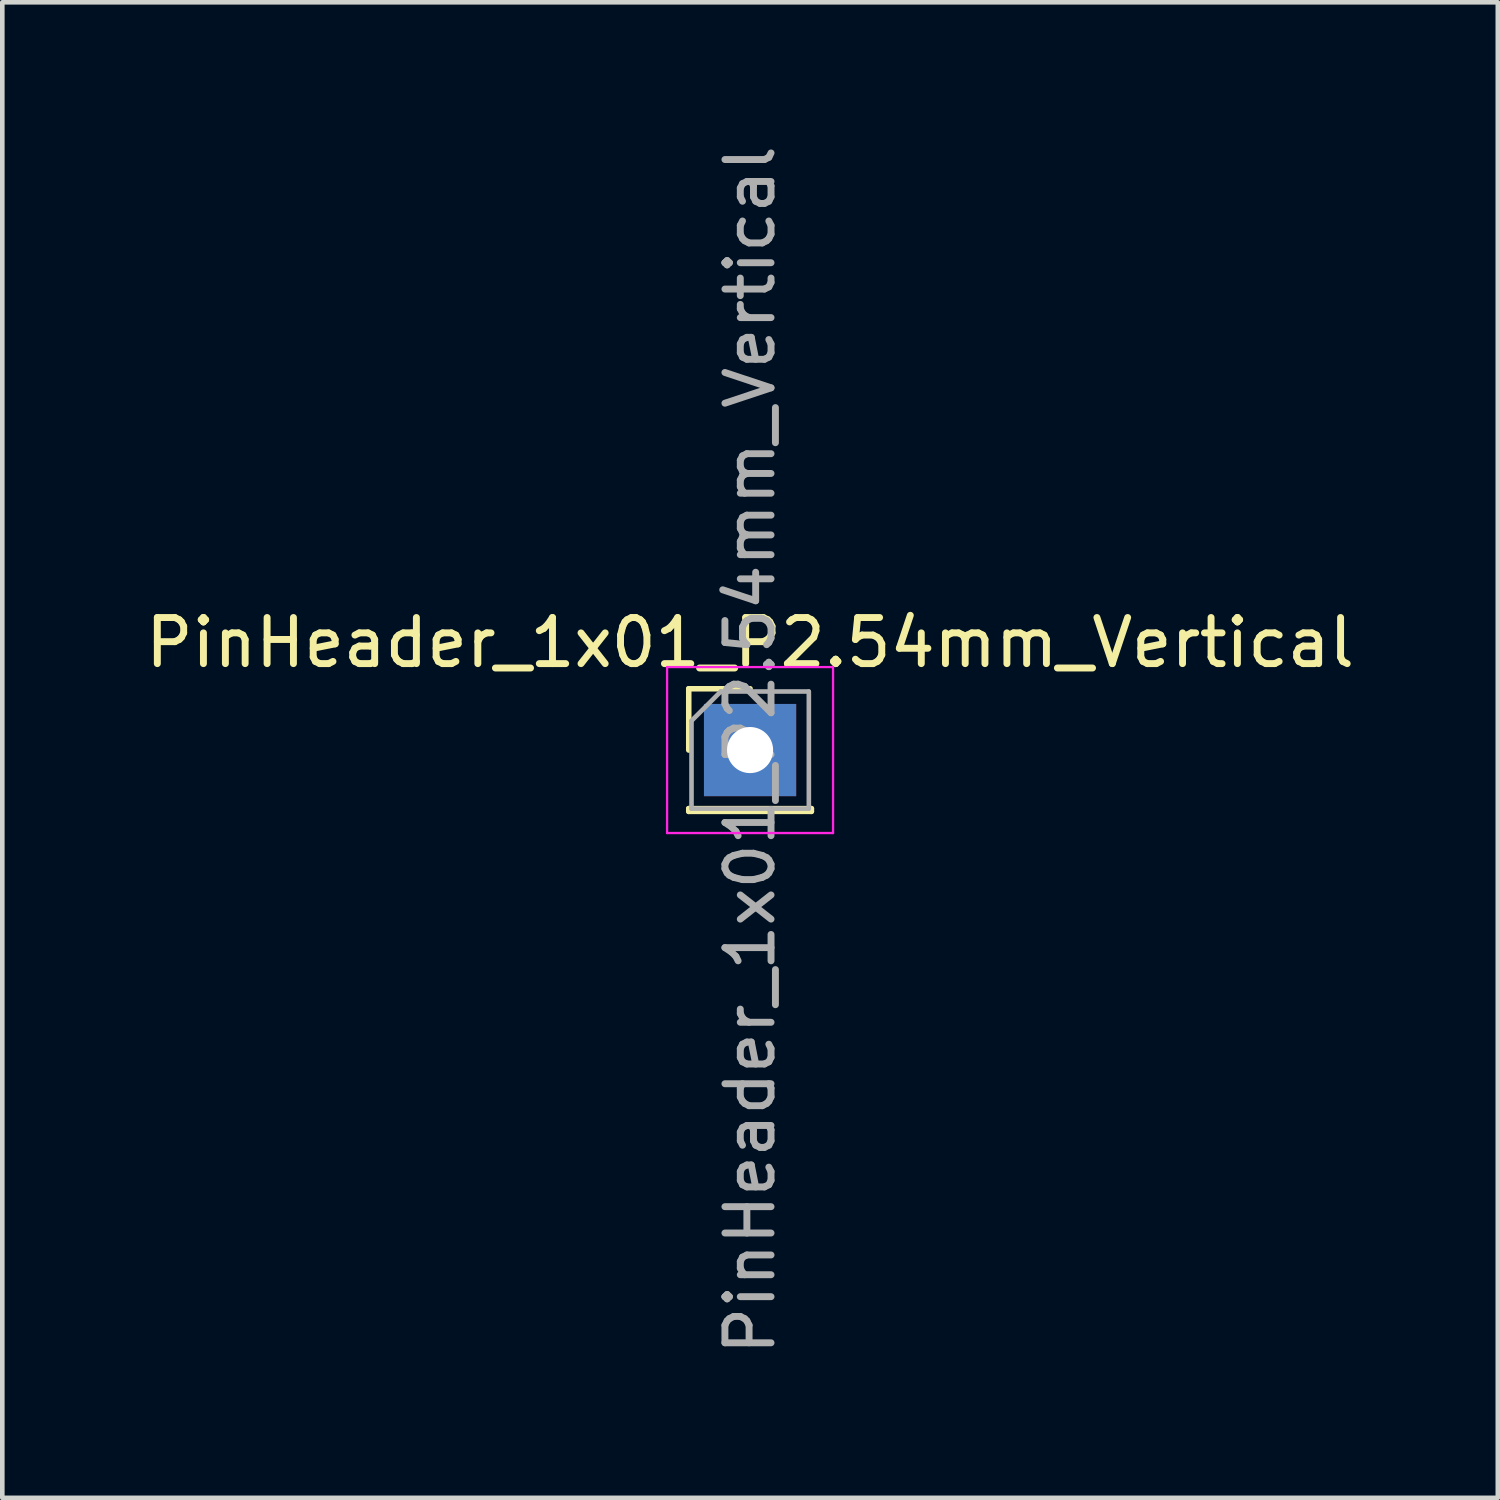
<source format=kicad_pcb>
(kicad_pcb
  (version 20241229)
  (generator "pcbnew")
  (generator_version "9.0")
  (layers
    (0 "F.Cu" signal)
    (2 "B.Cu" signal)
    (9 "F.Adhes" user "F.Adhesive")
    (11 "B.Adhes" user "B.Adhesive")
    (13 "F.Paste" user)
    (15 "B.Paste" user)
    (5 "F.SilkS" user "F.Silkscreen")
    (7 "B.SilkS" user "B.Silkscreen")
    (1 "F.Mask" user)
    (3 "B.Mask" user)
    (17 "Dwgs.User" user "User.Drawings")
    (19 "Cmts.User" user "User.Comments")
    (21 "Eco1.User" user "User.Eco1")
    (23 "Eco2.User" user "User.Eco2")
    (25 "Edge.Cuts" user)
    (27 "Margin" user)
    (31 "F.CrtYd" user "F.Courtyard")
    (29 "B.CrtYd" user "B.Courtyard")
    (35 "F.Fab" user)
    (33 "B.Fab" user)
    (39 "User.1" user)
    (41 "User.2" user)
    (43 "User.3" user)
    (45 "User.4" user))
  (footprint "PinHeader_1x01_P2.54mm_Vertical"
    (layer "F.Cu")
    (at 13.22 13.22)
    (property "Reference" "PinHeader_1x01_P2.54mm_Vertical" (at 0 -2.33 0) (layer "F.SilkS") (effects (font (size 1 1) (thickness 0.15))))
    (attr through_hole)
    (fp_line (start -1.33 -1.33) (end 0 -1.33) (stroke (width 0.12) (type solid)) (layer "F.SilkS"))
    (fp_line (start -1.33 0) (end -1.33 -1.33) (stroke (width 0.12) (type solid)) (layer "F.SilkS"))
    (fp_line (start -1.33 1.27) (end -1.33 1.33) (stroke (width 0.12) (type solid)) (layer "F.SilkS"))
    (fp_line (start -1.33 1.27) (end 1.33 1.27) (stroke (width 0.12) (type solid)) (layer "F.SilkS"))
    (fp_line (start -1.33 1.33) (end 1.33 1.33) (stroke (width 0.12) (type solid)) (layer "F.SilkS"))
    (fp_line (start 1.33 1.27) (end 1.33 1.33) (stroke (width 0.12) (type solid)) (layer "F.SilkS"))
    (fp_line (start -1.8 -1.8) (end -1.8 1.8) (stroke (width 0.05) (type solid)) (layer "F.CrtYd"))
    (fp_line (start -1.8 1.8) (end 1.8 1.8) (stroke (width 0.05) (type solid)) (layer "F.CrtYd"))
    (fp_line (start 1.8 -1.8) (end -1.8 -1.8) (stroke (width 0.05) (type solid)) (layer "F.CrtYd"))
    (fp_line (start 1.8 1.8) (end 1.8 -1.8) (stroke (width 0.05) (type solid)) (layer "F.CrtYd"))
    (fp_line (start -1.27 -0.635) (end -0.635 -1.27) (stroke (width 0.1) (type solid)) (layer "F.Fab"))
    (fp_line (start -1.27 1.27) (end -1.27 -0.635) (stroke (width 0.1) (type solid)) (layer "F.Fab"))
    (fp_line (start -0.635 -1.27) (end 1.27 -1.27) (stroke (width 0.1) (type solid)) (layer "F.Fab"))
    (fp_line (start 1.27 1.27) (end -1.27 1.27) (stroke (width 0.1) (type solid)) (layer "F.Fab"))
    (fp_line (start 1.275 -1.27) (end 1.275 1.27) (stroke (width 0.1) (type solid)) (layer "F.Fab"))
    (fp_text user "${REFERENCE}" (at 0 0 90) (layer "F.Fab") (effects (font (size 1 1) (thickness 0.15))))
    (pad "1" thru_hole rect (at 0 0) (size 2 2) (drill 1) (layers "*.Cu" "*.Mask")))
  (gr_rect
    (start -3 -3)
    (end 29.44 29.44)
    (stroke (width 0.1) (type default))
    (fill no)
    (layer "Edge.Cuts")))
</source>
